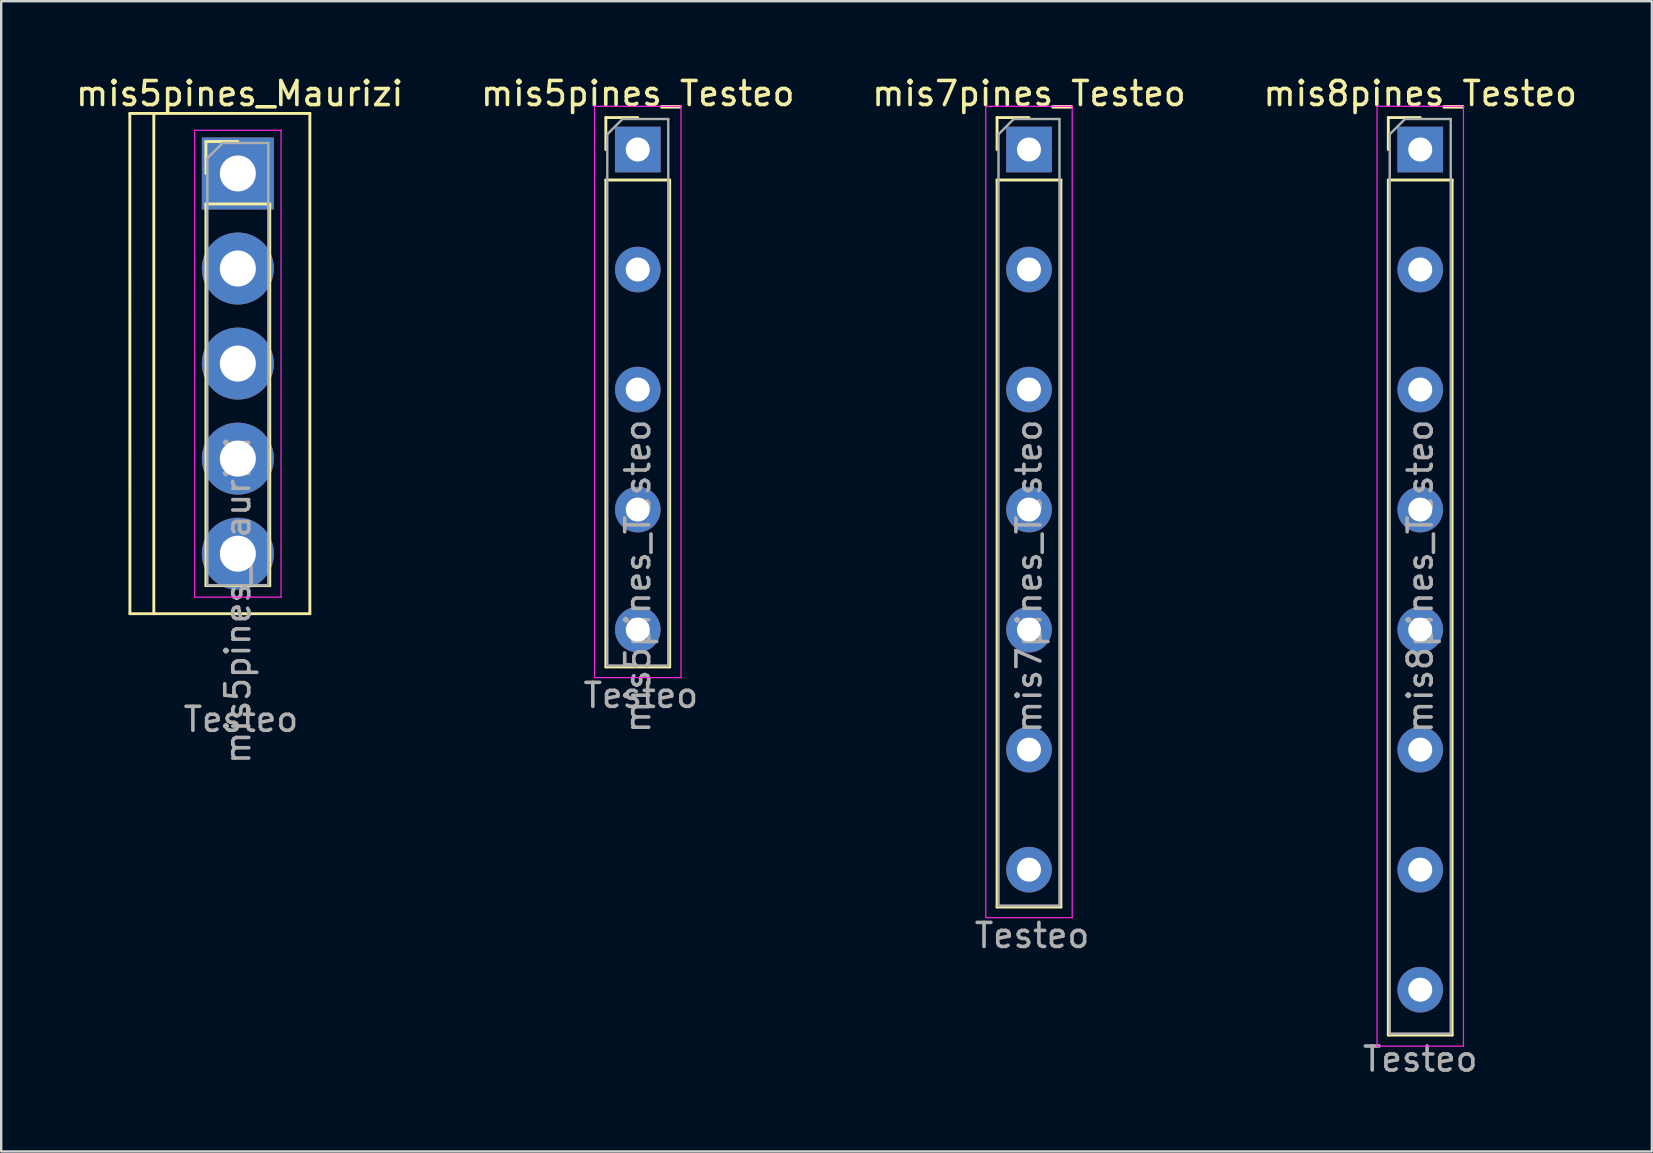
<source format=kicad_pcb>
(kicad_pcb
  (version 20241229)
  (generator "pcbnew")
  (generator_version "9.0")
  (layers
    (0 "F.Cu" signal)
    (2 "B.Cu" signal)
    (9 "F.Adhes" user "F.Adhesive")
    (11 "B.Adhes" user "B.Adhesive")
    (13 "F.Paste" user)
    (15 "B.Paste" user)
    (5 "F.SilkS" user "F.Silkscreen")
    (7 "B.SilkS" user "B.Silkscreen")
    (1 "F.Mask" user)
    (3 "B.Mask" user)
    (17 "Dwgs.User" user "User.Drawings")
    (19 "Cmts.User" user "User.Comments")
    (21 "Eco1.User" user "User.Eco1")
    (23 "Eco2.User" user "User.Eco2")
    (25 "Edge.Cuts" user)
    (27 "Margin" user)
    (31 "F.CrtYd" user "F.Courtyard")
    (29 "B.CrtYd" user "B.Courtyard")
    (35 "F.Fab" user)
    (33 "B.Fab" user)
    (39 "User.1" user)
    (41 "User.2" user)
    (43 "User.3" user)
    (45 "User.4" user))
  (footprint "mis5pines_Maurizi"
    (layer "F.Cu")
    (at 6.858 4.176)
    (property "Reference" "mis5pines_Maurizi" (at 0.076 -3.327 0) (layer "F.SilkS") (effects (font (size 1 1) (thickness 0.15))))
    (attr through_hole)
    (fp_line (start -4.5 -2.5) (end 3 -2.5) (stroke (width 0.12) (type solid)) (layer "F.SilkS"))
    (fp_line (start -4.496 18.34) (end -4.5 -2.5) (stroke (width 0.12) (type solid)) (layer "F.SilkS"))
    (fp_line (start -3.5 18.339) (end -3.5 -2.5) (stroke (width 0.12) (type solid)) (layer "F.SilkS"))
    (fp_line (start -1.33 -1.33) (end 0 -1.33) (stroke (width 0.12) (type solid)) (layer "F.SilkS"))
    (fp_line (start -1.33 0) (end -1.33 -1.33) (stroke (width 0.12) (type solid)) (layer "F.SilkS"))
    (fp_line (start -1.33 1.27) (end -1.33 17.17) (stroke (width 0.12) (type solid)) (layer "F.SilkS"))
    (fp_line (start -1.33 1.27) (end 1.33 1.27) (stroke (width 0.12) (type solid)) (layer "F.SilkS"))
    (fp_line (start -1.33 17.17) (end 1.33 17.17) (stroke (width 0.12) (type solid)) (layer "F.SilkS"))
    (fp_line (start 1.33 1.27) (end 1.33 17.17) (stroke (width 0.12) (type solid)) (layer "F.SilkS"))
    (fp_line (start 3 -2.5) (end 3 18.34) (stroke (width 0.12) (type solid)) (layer "F.SilkS"))
    (fp_line (start 3 18.34) (end -4.496 18.34) (stroke (width 0.12) (type solid)) (layer "F.SilkS"))
    (fp_line (start -1.8 -1.8) (end -1.8 17.65) (stroke (width 0.05) (type solid)) (layer "F.CrtYd"))
    (fp_line (start -1.8 17.65) (end 1.8 17.65) (stroke (width 0.05) (type solid)) (layer "F.CrtYd"))
    (fp_line (start 1.8 -1.8) (end -1.8 -1.8) (stroke (width 0.05) (type solid)) (layer "F.CrtYd"))
    (fp_line (start 1.8 17.65) (end 1.8 -1.8) (stroke (width 0.05) (type solid)) (layer "F.CrtYd"))
    (fp_line (start -1.27 -0.635) (end -0.635 -1.27) (stroke (width 0.1) (type solid)) (layer "F.Fab"))
    (fp_line (start -1.27 17.15) (end -1.27 -0.635) (stroke (width 0.1) (type solid)) (layer "F.Fab"))
    (fp_line (start -0.635 -1.27) (end 1.27 -1.27) (stroke (width 0.1) (type solid)) (layer "F.Fab"))
    (fp_line (start 1.27 -1.27) (end 1.27 17.15) (stroke (width 0.1) (type solid)) (layer "F.Fab"))
    (fp_line (start 1.27 17.15) (end -1.27 17.15) (stroke (width 0.1) (type solid)) (layer "F.Fab"))
    (fp_text user "${REFERENCE}" (at 0 17.78 90) (layer "F.Fab") (effects (font (size 1 1) (thickness 0.15))))
    (fp_text user "Testeo" (at 0.127 22.741 0) (layer "F.Fab") (effects (font (size 1 1) (thickness 0.15))))
    (pad "1" thru_hole rect (at 0 0) (size 3 3) (drill 1.5) (layers "*.Cu" "*.Mask"))
    (pad "2" thru_hole oval (at 0 3.96) (size 3 3) (drill 1.5) (layers "*.Cu" "*.Mask"))
    (pad "3" thru_hole oval (at 0 7.92) (size 3 3) (drill 1.5) (layers "*.Cu" "*.Mask"))
    (pad "4" thru_hole oval (at 0 11.88) (size 3 3) (drill 1.5) (layers "*.Cu" "*.Mask"))
    (pad "5" thru_hole oval (at 0 15.84) (size 3 3) (drill 1.5) (layers "*.Cu" "*.Mask")))
  (footprint "mis7pines_Testeo"
    (layer "F.Cu")
    (at 39.815 3.178)
    (property "Reference" "mis7pines_Testeo" (at 0 -2.33 0) (layer "F.SilkS") (effects (font (size 1 1) (thickness 0.15))))
    (attr through_hole)
    (fp_line (start -1.33 -1.33) (end 0 -1.33) (stroke (width 0.12) (type solid)) (layer "F.SilkS"))
    (fp_line (start -1.33 0) (end -1.33 -1.33) (stroke (width 0.12) (type solid)) (layer "F.SilkS"))
    (fp_line (start -1.33 1.27) (end -1.33 31.556) (stroke (width 0.12) (type solid)) (layer "F.SilkS"))
    (fp_line (start -1.33 1.27) (end 1.33 1.27) (stroke (width 0.12) (type solid)) (layer "F.SilkS"))
    (fp_line (start -1.33 31.556) (end 1.33 31.556) (stroke (width 0.12) (type solid)) (layer "F.SilkS"))
    (fp_line (start 1.33 1.27) (end 1.33 31.556) (stroke (width 0.12) (type solid)) (layer "F.SilkS"))
    (fp_line (start -1.8 -1.8) (end -1.8 32) (stroke (width 0.05) (type solid)) (layer "F.CrtYd"))
    (fp_line (start -1.8 32) (end 1.8 32) (stroke (width 0.05) (type solid)) (layer "F.CrtYd"))
    (fp_line (start 1.8 -1.8) (end -1.8 -1.8) (stroke (width 0.05) (type solid)) (layer "F.CrtYd"))
    (fp_line (start 1.8 32) (end 1.8 -1.8) (stroke (width 0.05) (type solid)) (layer "F.CrtYd"))
    (fp_line (start -1.27 -0.635) (end -0.635 -1.27) (stroke (width 0.1) (type solid)) (layer "F.Fab"))
    (fp_line (start -1.27 31.496) (end -1.27 -0.635) (stroke (width 0.1) (type solid)) (layer "F.Fab"))
    (fp_line (start -0.635 -1.27) (end 1.27 -1.27) (stroke (width 0.1) (type solid)) (layer "F.Fab"))
    (fp_line (start 1.27 -1.27) (end 1.27 31.496) (stroke (width 0.1) (type solid)) (layer "F.Fab"))
    (fp_line (start 1.27 31.496) (end -1.27 31.496) (stroke (width 0.1) (type solid)) (layer "F.Fab"))
    (fp_text user "Testeo" (at 0.127 32.741 0) (layer "F.Fab") (effects (font (size 1 1) (thickness 0.15))))
    (fp_text user "${REFERENCE}" (at 0 17.78 90) (layer "F.Fab") (effects (font (size 1 1) (thickness 0.15))))
    (pad "1" thru_hole rect (at 0 0) (size 1.9 1.9) (drill 1) (layers "*.Cu" "*.Mask"))
    (pad "2" thru_hole oval (at 0 5) (size 1.9 1.9) (drill 1) (layers "*.Cu" "*.Mask"))
    (pad "3" thru_hole oval (at 0 10) (size 1.9 1.9) (drill 1) (layers "*.Cu" "*.Mask"))
    (pad "4" thru_hole oval (at 0 15) (size 1.9 1.9) (drill 1) (layers "*.Cu" "*.Mask"))
    (pad "5" thru_hole oval (at 0 20) (size 1.9 1.9) (drill 1) (layers "*.Cu" "*.Mask"))
    (pad "6" thru_hole oval (at 0 25) (size 1.9 1.9) (drill 1) (layers "*.Cu" "*.Mask"))
    (pad "7" thru_hole oval (at 0 30) (size 1.9 1.9) (drill 1) (layers "*.Cu" "*.Mask")))
  (footprint "mis8pines_Testeo"
    (layer "F.Cu")
    (at 56.113 3.178)
    (property "Reference" "mis8pines_Testeo" (at 0 -2.33 0) (layer "F.SilkS") (effects (font (size 1 1) (thickness 0.15))))
    (attr through_hole)
    (fp_line (start -1.33 -1.33) (end 0 -1.33) (stroke (width 0.12) (type solid)) (layer "F.SilkS"))
    (fp_line (start -1.33 0) (end -1.33 -1.33) (stroke (width 0.12) (type solid)) (layer "F.SilkS"))
    (fp_line (start -1.33 1.27) (end -1.33 36.89) (stroke (width 0.12) (type solid)) (layer "F.SilkS"))
    (fp_line (start -1.33 1.27) (end 1.33 1.27) (stroke (width 0.12) (type solid)) (layer "F.SilkS"))
    (fp_line (start -1.33 36.89) (end 1.33 36.89) (stroke (width 0.12) (type solid)) (layer "F.SilkS"))
    (fp_line (start 1.33 1.27) (end 1.33 36.89) (stroke (width 0.12) (type solid)) (layer "F.SilkS"))
    (fp_line (start -1.8 -1.8) (end -1.8 37.35) (stroke (width 0.05) (type solid)) (layer "F.CrtYd"))
    (fp_line (start -1.8 37.35) (end 1.8 37.35) (stroke (width 0.05) (type solid)) (layer "F.CrtYd"))
    (fp_line (start 1.8 -1.8) (end -1.8 -1.8) (stroke (width 0.05) (type solid)) (layer "F.CrtYd"))
    (fp_line (start 1.8 37.35) (end 1.8 -1.8) (stroke (width 0.05) (type solid)) (layer "F.CrtYd"))
    (fp_line (start -1.27 -0.635) (end -0.635 -1.27) (stroke (width 0.1) (type solid)) (layer "F.Fab"))
    (fp_line (start -1.27 36.83) (end -1.27 -0.635) (stroke (width 0.1) (type solid)) (layer "F.Fab"))
    (fp_line (start -0.635 -1.27) (end 1.27 -1.27) (stroke (width 0.1) (type solid)) (layer "F.Fab"))
    (fp_line (start 1.27 -1.27) (end 1.27 36.83) (stroke (width 0.1) (type solid)) (layer "F.Fab"))
    (fp_line (start 1.27 36.83) (end -1.27 36.83) (stroke (width 0.1) (type solid)) (layer "F.Fab"))
    (fp_text user "${REFERENCE}" (at 0 17.78 90) (layer "F.Fab") (effects (font (size 1 1) (thickness 0.15))))
    (fp_text user "Testeo" (at 0 37.89 0) (layer "F.Fab") (effects (font (size 1 1) (thickness 0.15))))
    (pad "1" thru_hole rect (at 0 0) (size 1.9 1.9) (drill 1) (layers "*.Cu" "*.Mask"))
    (pad "2" thru_hole oval (at 0 5) (size 1.9 1.9) (drill 1) (layers "*.Cu" "*.Mask"))
    (pad "3" thru_hole oval (at 0 10) (size 1.9 1.9) (drill 1) (layers "*.Cu" "*.Mask"))
    (pad "4" thru_hole oval (at 0 15) (size 1.9 1.9) (drill 1) (layers "*.Cu" "*.Mask"))
    (pad "5" thru_hole oval (at 0 20) (size 1.9 1.9) (drill 1) (layers "*.Cu" "*.Mask"))
    (pad "6" thru_hole oval (at 0 25) (size 1.9 1.9) (drill 1) (layers "*.Cu" "*.Mask"))
    (pad "7" thru_hole oval (at 0 30) (size 1.9 1.9) (drill 1) (layers "*.Cu" "*.Mask"))
    (pad "8" thru_hole oval (at 0 35) (size 1.9 1.9) (drill 1) (layers "*.Cu" "*.Mask")))
  (footprint "mis5pines_Testeo"
    (layer "F.Cu")
    (at 23.518 3.178)
    (property "Reference" "mis5pines_Testeo" (at 0 -2.33 0) (layer "F.SilkS") (effects (font (size 1 1) (thickness 0.15))))
    (attr through_hole)
    (fp_line (start -1.33 -1.33) (end 0 -1.33) (stroke (width 0.12) (type solid)) (layer "F.SilkS"))
    (fp_line (start -1.33 0) (end -1.33 -1.33) (stroke (width 0.12) (type solid)) (layer "F.SilkS"))
    (fp_line (start -1.33 1.27) (end -1.33 21.556) (stroke (width 0.12) (type solid)) (layer "F.SilkS"))
    (fp_line (start -1.33 1.27) (end 1.33 1.27) (stroke (width 0.12) (type solid)) (layer "F.SilkS"))
    (fp_line (start -1.33 21.556) (end 1.33 21.556) (stroke (width 0.12) (type solid)) (layer "F.SilkS"))
    (fp_line (start 1.33 1.27) (end 1.33 21.556) (stroke (width 0.12) (type solid)) (layer "F.SilkS"))
    (fp_line (start -1.8 -1.8) (end -1.8 22) (stroke (width 0.05) (type solid)) (layer "F.CrtYd"))
    (fp_line (start -1.8 22) (end 1.8 22) (stroke (width 0.05) (type solid)) (layer "F.CrtYd"))
    (fp_line (start 1.8 -1.8) (end -1.8 -1.8) (stroke (width 0.05) (type solid)) (layer "F.CrtYd"))
    (fp_line (start 1.8 22) (end 1.8 -1.8) (stroke (width 0.05) (type solid)) (layer "F.CrtYd"))
    (fp_line (start -1.27 -0.635) (end -0.635 -1.27) (stroke (width 0.1) (type solid)) (layer "F.Fab"))
    (fp_line (start -1.27 21.496) (end -1.27 -0.635) (stroke (width 0.1) (type solid)) (layer "F.Fab"))
    (fp_line (start -0.635 -1.27) (end 1.27 -1.27) (stroke (width 0.1) (type solid)) (layer "F.Fab"))
    (fp_line (start 1.27 -1.27) (end 1.27 21.496) (stroke (width 0.1) (type solid)) (layer "F.Fab"))
    (fp_line (start 1.27 21.496) (end -1.27 21.496) (stroke (width 0.1) (type solid)) (layer "F.Fab"))
    (fp_text user "Testeo" (at 0.127 22.741 0) (layer "F.Fab") (effects (font (size 1 1) (thickness 0.15))))
    (fp_text user "${REFERENCE}" (at 0 17.78 90) (layer "F.Fab") (effects (font (size 1 1) (thickness 0.15))))
    (pad "1" thru_hole rect (at 0 0) (size 1.9 1.9) (drill 1) (layers "*.Cu" "*.Mask"))
    (pad "2" thru_hole oval (at 0 5) (size 1.9 1.9) (drill 1) (layers "*.Cu" "*.Mask"))
    (pad "3" thru_hole oval (at 0 10) (size 1.9 1.9) (drill 1) (layers "*.Cu" "*.Mask"))
    (pad "4" thru_hole oval (at 0 15) (size 1.9 1.9) (drill 1) (layers "*.Cu" "*.Mask"))
    (pad "5" thru_hole oval (at 0 20) (size 1.9 1.9) (drill 1) (layers "*.Cu" "*.Mask")))
  (gr_rect
    (start -3 -3)
    (end 65.762 44.916)
    (stroke (width 0.1) (type default))
    (fill no)
    (layer "Edge.Cuts")))
</source>
